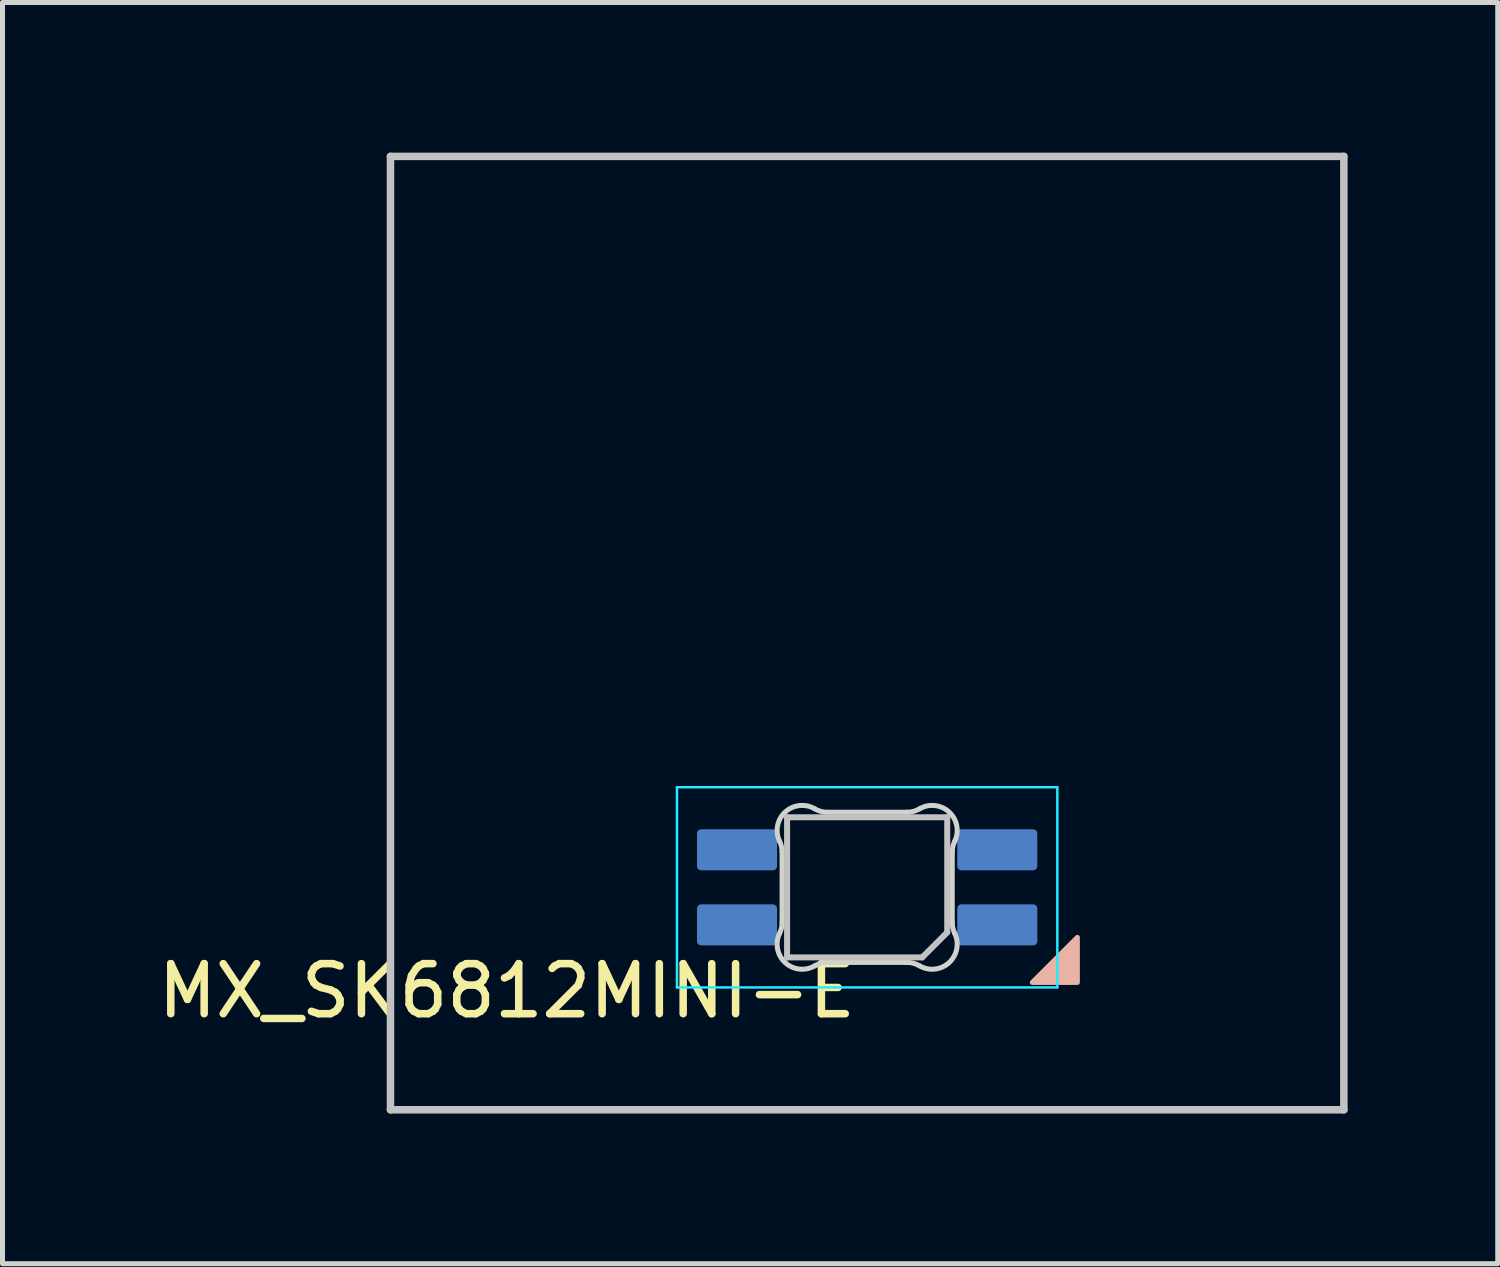
<source format=kicad_pcb>
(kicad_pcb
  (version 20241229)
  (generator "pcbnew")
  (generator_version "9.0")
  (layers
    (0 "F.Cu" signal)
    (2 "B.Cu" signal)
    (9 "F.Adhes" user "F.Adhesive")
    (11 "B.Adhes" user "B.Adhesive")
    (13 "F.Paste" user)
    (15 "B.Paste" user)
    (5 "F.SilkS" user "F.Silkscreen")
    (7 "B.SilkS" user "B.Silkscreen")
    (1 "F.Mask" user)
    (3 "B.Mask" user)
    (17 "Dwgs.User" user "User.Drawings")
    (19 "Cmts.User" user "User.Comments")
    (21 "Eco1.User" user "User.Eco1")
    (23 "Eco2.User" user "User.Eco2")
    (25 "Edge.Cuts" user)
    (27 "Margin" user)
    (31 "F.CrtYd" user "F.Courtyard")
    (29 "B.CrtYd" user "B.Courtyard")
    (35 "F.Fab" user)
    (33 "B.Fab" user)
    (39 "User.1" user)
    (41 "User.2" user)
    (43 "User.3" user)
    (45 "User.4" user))
  (footprint "MX_SK6812MINI-E"
    (layer "F.Cu")
    (at 14.277 9.6)
    (property "Reference" "MX_SK6812MINI-E" (at -7.2 7.15 0) (layer "F.SilkS") (effects (font (size 1 1) (thickness 0.15))))
    (attr smd)
    (fp_poly (pts (xy 4.2 6.08) (xy 3.3 6.98) (xy 4.2 6.98)) (stroke (width 0.1) (type solid)) (fill yes) (layer "B.SilkS"))
    (fp_line (start -9.525 -9.525) (end 9.525 -9.525) (stroke (width 0.15) (type solid)) (layer "Dwgs.User"))
    (fp_line (start -9.525 9.525) (end -9.525 -9.525) (stroke (width 0.15) (type solid)) (layer "Dwgs.User"))
    (fp_line (start -1.6 3.68) (end -1.6 6.48) (stroke (width 0.12) (type solid)) (layer "Dwgs.User"))
    (fp_line (start -1.6 6.48) (end 1.1 6.48) (stroke (width 0.12) (type solid)) (layer "Dwgs.User"))
    (fp_line (start 1.6 3.68) (end -1.6 3.68) (stroke (width 0.12) (type solid)) (layer "Dwgs.User"))
    (fp_line (start 1.6 5.98) (end 1.1 6.48) (stroke (width 0.12) (type solid)) (layer "Dwgs.User"))
    (fp_line (start 1.6 5.98) (end 1.6 3.68) (stroke (width 0.12) (type solid)) (layer "Dwgs.User"))
    (fp_line (start 9.525 -9.525) (end 9.525 9.525) (stroke (width 0.15) (type solid)) (layer "Dwgs.User"))
    (fp_line (start 9.525 9.525) (end -9.525 9.525) (stroke (width 0.15) (type solid)) (layer "Dwgs.User"))
    (fp_line (start -1.7 5.783) (end -1.7 4.377) (stroke (width 0.1) (type solid)) (layer "Edge.Cuts"))
    (fp_line (start -0.794 3.58) (end 0.794 3.58) (stroke (width 0.1) (type solid)) (layer "Edge.Cuts"))
    (fp_line (start 0.794 6.58) (end -0.794 6.58) (stroke (width 0.1) (type solid)) (layer "Edge.Cuts"))
    (fp_line (start 1.7 4.377) (end 1.7 5.783) (stroke (width 0.1) (type solid)) (layer "Edge.Cuts"))
    (fp_arc (start -1.749484 4.160279) (mid -1.712527 4.265931) (end -1.699999 4.377157) (stroke (width 0.1) (type solid)) (layer "Edge.Cuts"))
    (fp_arc (start -1.749484 4.160279) (mid -1.638071 3.575964) (end -1.046711 3.5117) (stroke (width 0.1) (type solid)) (layer "Edge.Cuts"))
    (fp_arc (start -1.699999 5.782842) (mid -1.712527 5.894067) (end -1.749484 5.999719) (stroke (width 0.1) (type solid)) (layer "Edge.Cuts"))
    (fp_arc (start -1.046711 6.648296) (mid -1.63807 6.584033) (end -1.749484 5.999719) (stroke (width 0.1) (type solid)) (layer "Edge.Cuts"))
    (fp_arc (start -1.04671 6.648298) (mid -0.925122 6.597376) (end -0.794452 6.579999) (stroke (width 0.1) (type solid)) (layer "Edge.Cuts"))
    (fp_arc (start -0.794453 3.579999) (mid -0.925123 3.562622) (end -1.046711 3.5117) (stroke (width 0.1) (type solid)) (layer "Edge.Cuts"))
    (fp_arc (start 0.794452 6.579999) (mid 0.925123 6.597376) (end 1.046711 6.648298) (stroke (width 0.1) (type solid)) (layer "Edge.Cuts"))
    (fp_arc (start 1.046711 3.511701) (mid 0.925123 3.562623) (end 0.794453 3.58) (stroke (width 0.1) (type solid)) (layer "Edge.Cuts"))
    (fp_arc (start 1.046711 3.511701) (mid 1.638071 3.575965) (end 1.749484 4.160279) (stroke (width 0.1) (type solid)) (layer "Edge.Cuts"))
    (fp_arc (start 1.699999 4.377156) (mid 1.712527 4.265931) (end 1.749484 4.160279) (stroke (width 0.1) (type solid)) (layer "Edge.Cuts"))
    (fp_arc (start 1.749484 5.999718) (mid 1.638072 6.584034) (end 1.046711 6.648298) (stroke (width 0.1) (type solid)) (layer "Edge.Cuts"))
    (fp_arc (start 1.749484 5.999719) (mid 1.712527 5.894067) (end 1.699999 5.782841) (stroke (width 0.1) (type solid)) (layer "Edge.Cuts"))
    (fp_line (start -3.8 3.08) (end -3.8 7.08) (stroke (width 0.05) (type solid)) (layer "B.CrtYd"))
    (fp_line (start -3.8 7.08) (end 3.8 7.08) (stroke (width 0.05) (type solid)) (layer "B.CrtYd"))
    (fp_line (start 3.8 3.08) (end -3.8 3.08) (stroke (width 0.05) (type solid)) (layer "B.CrtYd"))
    (fp_line (start 3.8 7.08) (end 3.8 3.08) (stroke (width 0.05) (type solid)) (layer "B.CrtYd"))
    (pad "1" smd roundrect (at -2.6 4.33 270) (size 0.82 1.6) (layers "B.Cu" "B.Mask" "B.Paste") (roundrect_rratio 0.1))
    (pad "2" smd roundrect (at -2.6 5.83 270) (size 0.82 1.6) (layers "B.Cu" "B.Mask" "B.Paste") (roundrect_rratio 0.1))
    (pad "3" smd roundrect (at 2.6 5.83 270) (size 0.82 1.6) (layers "B.Cu" "B.Mask" "B.Paste") (roundrect_rratio 0.1))
    (pad "4" smd roundrect (at 2.6 4.33 270) (size 0.82 1.6) (layers "B.Cu" "B.Mask" "B.Paste") (roundrect_rratio 0.1)))
  (gr_rect
    (start -3 -3)
    (end 26.877 22.2)
    (stroke (width 0.1) (type default))
    (fill no)
    (layer "Edge.Cuts")))
</source>
